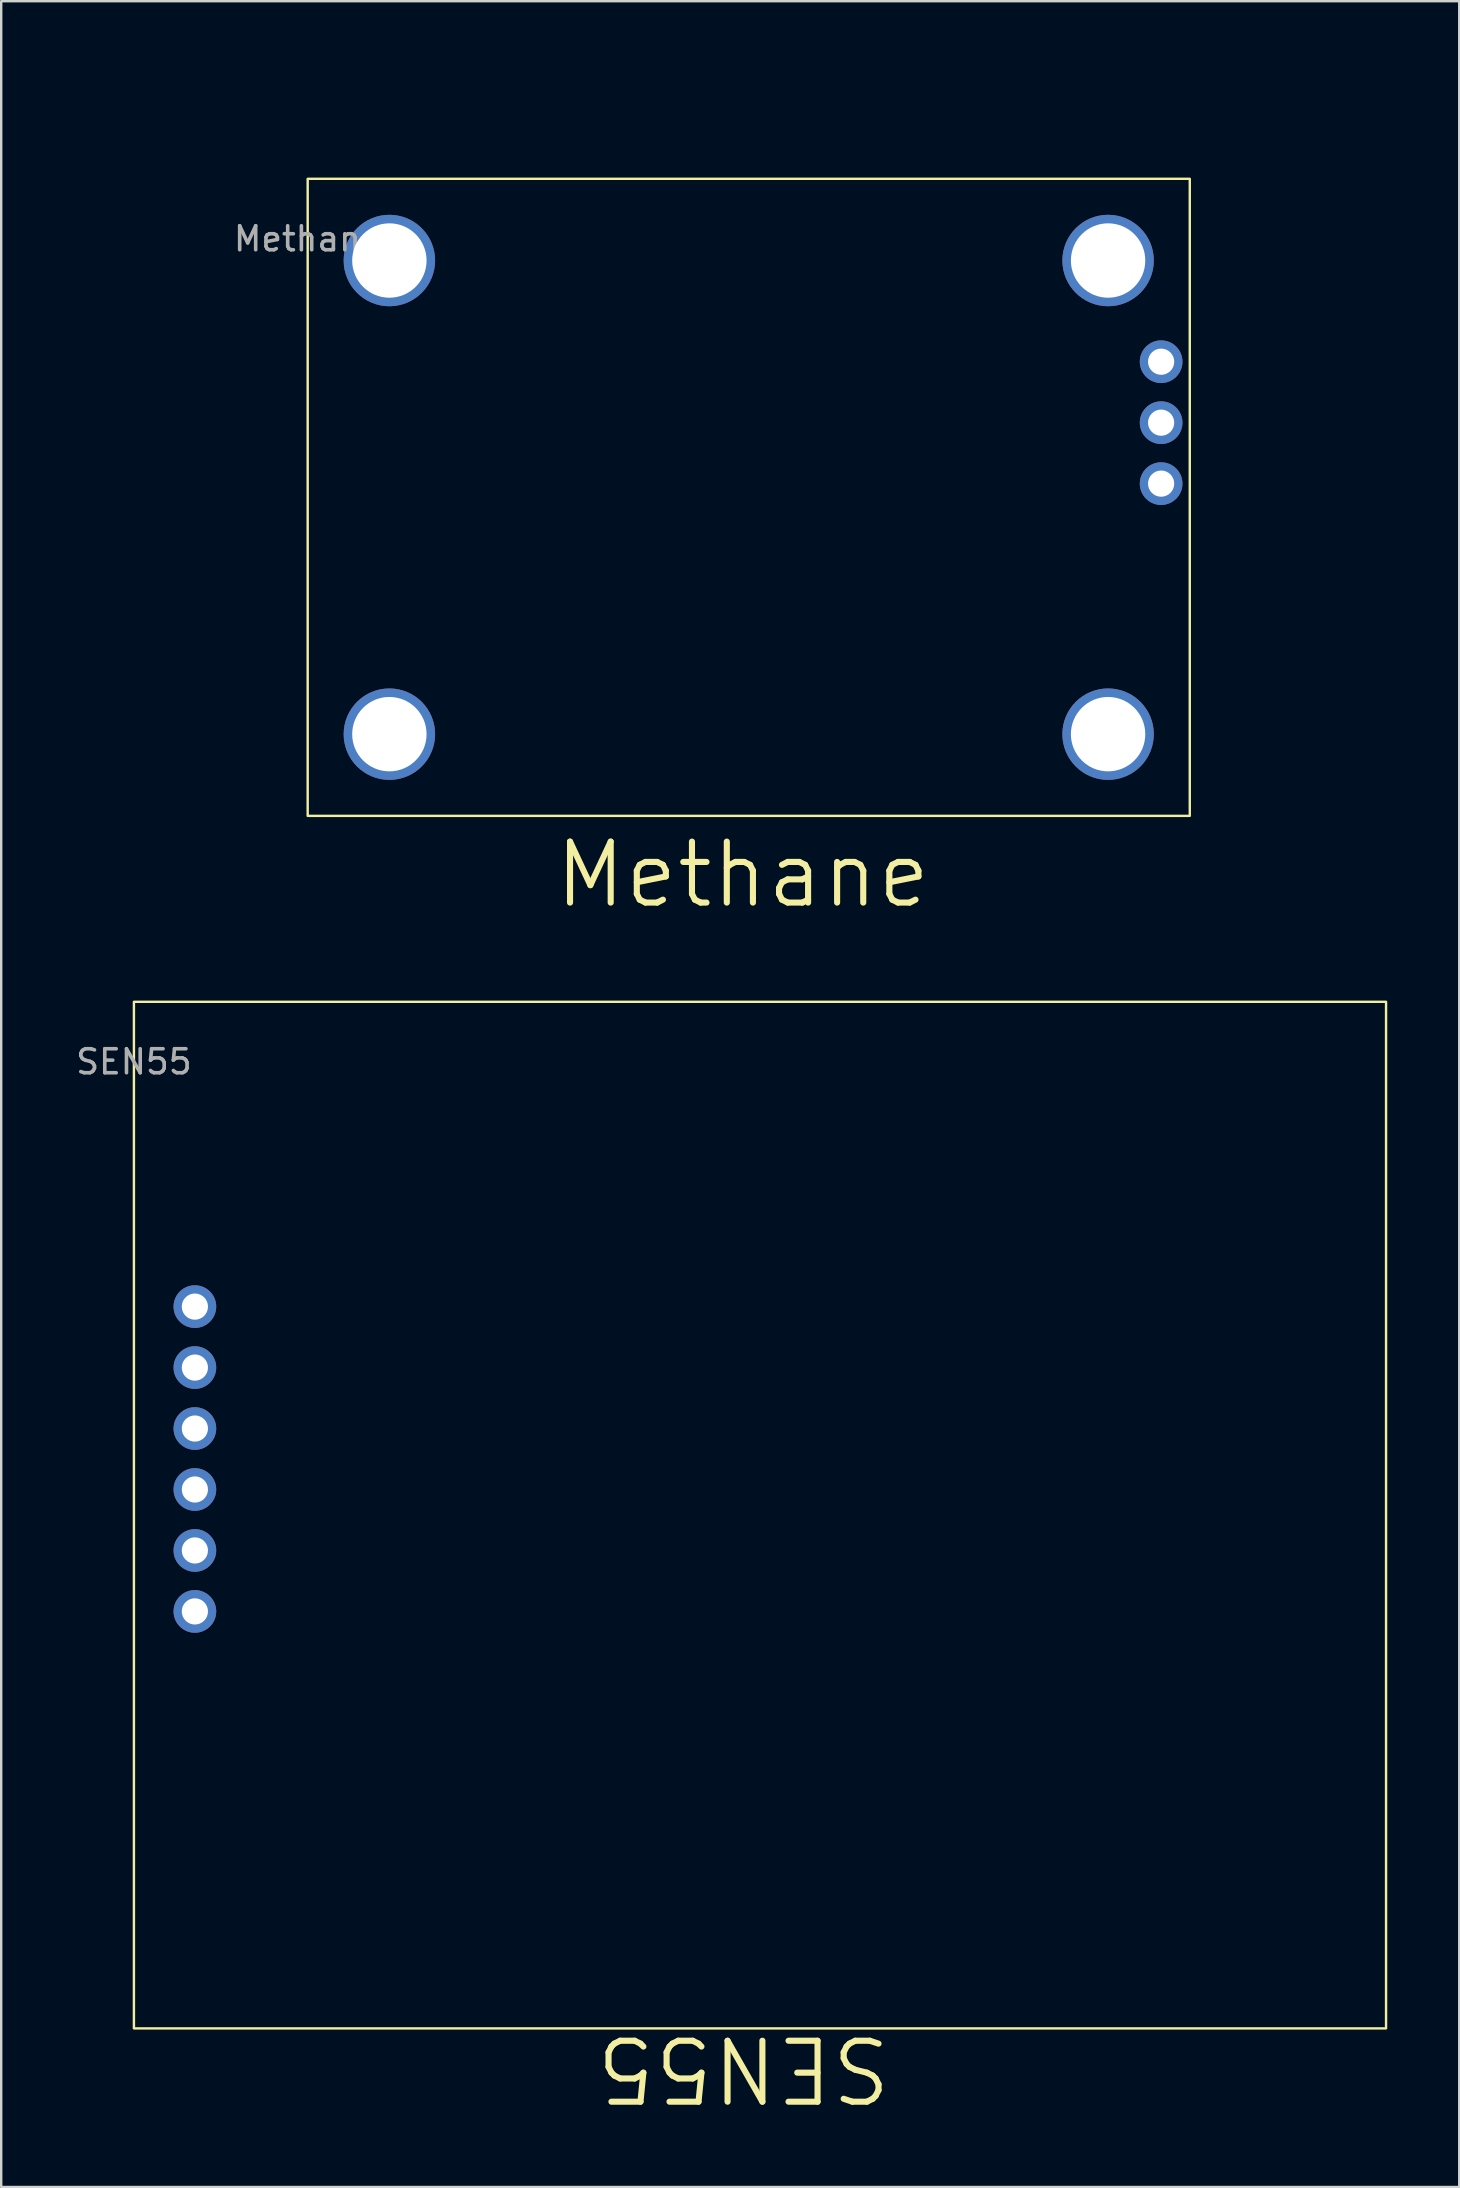
<source format=kicad_pcb>
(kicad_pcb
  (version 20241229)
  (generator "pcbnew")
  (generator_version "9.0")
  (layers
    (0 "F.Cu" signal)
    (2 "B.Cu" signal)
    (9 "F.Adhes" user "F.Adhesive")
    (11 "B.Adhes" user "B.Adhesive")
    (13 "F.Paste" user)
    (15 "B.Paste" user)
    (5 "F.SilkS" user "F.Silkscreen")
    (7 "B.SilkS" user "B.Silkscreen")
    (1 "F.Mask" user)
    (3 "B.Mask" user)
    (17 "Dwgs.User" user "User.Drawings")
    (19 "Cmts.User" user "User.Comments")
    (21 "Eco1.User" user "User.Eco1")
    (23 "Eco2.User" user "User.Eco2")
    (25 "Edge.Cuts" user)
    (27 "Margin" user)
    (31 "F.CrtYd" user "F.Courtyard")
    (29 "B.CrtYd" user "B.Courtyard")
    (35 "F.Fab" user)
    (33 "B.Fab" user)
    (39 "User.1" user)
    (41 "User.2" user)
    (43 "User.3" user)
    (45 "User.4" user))
  (footprint "Methane"
    (layer "F.Cu")
    (at 9.77 4.401)
    (property "Reference" "Methane" (at 0 -0.5 0) (unlocked yes) (layer "User.1") (effects (font (size 1 1) (thickness 0.1))))
    (attr through_hole)
    (fp_rect (start 0 0) (end 36.754 26.543) (stroke (width 0.1) (type default)) (fill no) (layer "F.SilkS"))
    (fp_text user "Methane" (at 10.16 30.48 0) (unlocked yes) (layer "F.SilkS") (effects (font (size 2.54 2.54) (thickness 0.254)) (justify left bottom)))
    (fp_text user "${REFERENCE}" (at 0 2.5 0) (unlocked yes) (layer "F.Fab") (effects (font (size 1 1) (thickness 0.15))))
    (dimension (type aligned) (layer "User.1") (pts (xy 9.77 4.401) (xy 9.77 30.944)) (height 3.81) (format (prefix "") (suffix "") (units 3) (units_format 1) (precision 4)) (style (thickness 0.1) (arrow_length 1.27) (text_position_mode 0) (arrow_direction outward) (extension_height 0.586) (extension_offset 0.5) (keep_text_aligned yes)) (gr_text "26.5430 mm" (at 4.86 17.672 90) (layer "User.1") (effects (font (size 1 1) (thickness 0.1)))))
    (dimension (type aligned) (layer "User.1") (pts (xy 9.77 4.401) (xy 46.523 4.401)) (height -2.54) (format (prefix "") (suffix "") (units 3) (units_format 1) (precision 4)) (style (thickness 0.1) (arrow_length 1.27) (text_position_mode 0) (arrow_direction outward) (extension_height 0.586) (extension_offset 0.5) (keep_text_aligned yes)) (gr_text "36.7538 mm" (at 28.146 0.76 0) (layer "User.1") (effects (font (size 1 1) (thickness 0.1)))))
    (pad "1" thru_hole circle (at 35.56 7.62) (size 1.778 1.778) (drill 1.092) (layers "*.Cu" "*.Mask"))
    (pad "2" thru_hole circle (at 35.56 10.16) (size 1.778 1.778) (drill 1.092) (layers "*.Cu" "*.Mask"))
    (pad "3" thru_hole circle (at 35.56 12.7) (size 1.778 1.778) (drill 1.092) (layers "*.Cu" "*.Mask"))
    (pad "4" thru_hole circle (at 3.404 3.404 270) (size 3.81 3.81) (drill 3.099) (layers "*.Cu" "*.Mask"))
    (pad "5" thru_hole circle (at 33.35 3.404 270) (size 3.81 3.81) (drill 3.099) (layers "*.Cu" "*.Mask"))
    (pad "6" thru_hole circle (at 3.404 23.139 270) (size 3.81 3.81) (drill 3.099) (layers "*.Cu" "*.Mask"))
    (pad "7" thru_hole circle (at 33.35 23.139 270) (size 3.81 3.81) (drill 3.099) (layers "*.Cu" "*.Mask")))
  (footprint "SEN55"
    (layer "F.Cu")
    (at 2.53 38.692)
    (property "Reference" "SEN55" (at 25.4 44.45 180) (unlocked yes) (layer "F.SilkS") (effects (font (size 2.54 2.54) (thickness 0.254))))
    (attr through_hole)
    (fp_rect (start 0 0) (end 52.172 42.774) (stroke (width 0.1) (type default)) (fill no) (layer "F.SilkS"))
    (fp_text user "${REFERENCE}" (at 0 2.5 0) (unlocked yes) (layer "F.Fab") (effects (font (size 1 1) (thickness 0.15))))
    (pad "1" thru_hole circle (at 2.54 12.7) (size 1.778 1.778) (drill 1.092) (layers "*.Cu" "*.Mask"))
    (pad "2" thru_hole circle (at 2.54 15.24) (size 1.778 1.778) (drill 1.092) (layers "*.Cu" "*.Mask"))
    (pad "3" thru_hole circle (at 2.54 17.78) (size 1.778 1.778) (drill 1.092) (layers "*.Cu" "*.Mask"))
    (pad "4" thru_hole circle (at 2.54 20.32) (size 1.778 1.778) (drill 1.092) (layers "*.Cu" "*.Mask"))
    (pad "5" thru_hole circle (at 2.54 22.86) (size 1.778 1.778) (drill 1.092) (layers "*.Cu" "*.Mask"))
    (pad "6" thru_hole circle (at 2.54 25.4) (size 1.778 1.778) (drill 1.092) (layers "*.Cu" "*.Mask")))
  (gr_rect
    (start -3 -3)
    (end 57.751 88.074)
    (stroke (width 0.1) (type default))
    (fill no)
    (layer "Edge.Cuts")))
</source>
